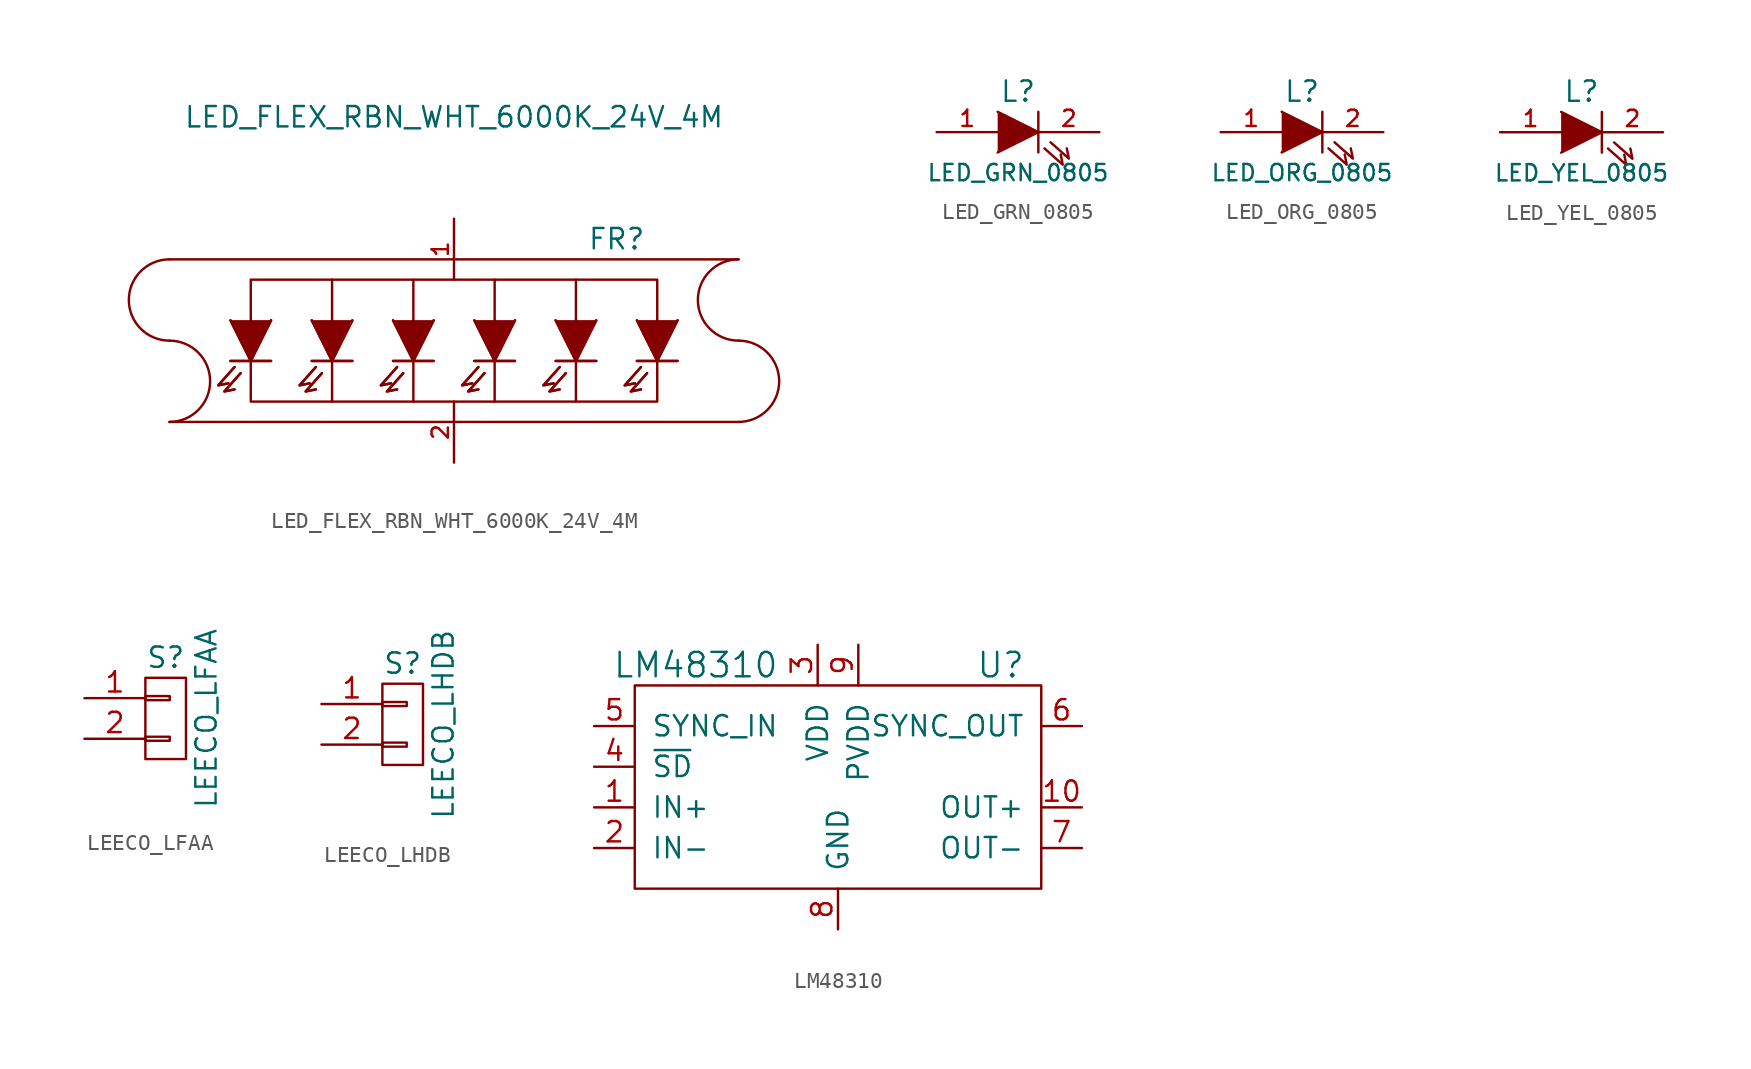
<source format=kicad_sym>
(kicad_symbol_lib
  (version 20211014)
  (generator kicad_symbol_editor)
  (symbol "LED_FLEX_RBN_WHT_6000K_24V_4M"
    (pin_names
      (offset 1.016) hide)
    (property "Reference" "FR"
      (at 10.16 6.35 0)
      (effects (font (size 1.27 1.27))))
    (property "Value" "LED_FLEX_RBN_WHT_6000K_24V_4M"
      (at 0 13.97 0)
      (effects (font (size 1.27 1.27))))
    (symbol "LED_FLEX_RBN_WHT_6000K_24V_4M_0_1"
      (arc (start -17.78 -5.08) (mid -15.24 -2.54) (end -17.78 0) (stroke (width 0) (type default) (color 0 0 0 0)) (fill (type none)))
      (arc (start -17.78 5.08) (mid -20.32 2.54) (end -17.78 0) (stroke (width 0) (type default) (color 0 0 0 0)) (fill (type none)))
      (polyline (pts (xy -17.78 -5.08) (xy 17.78 -5.08)) (stroke (width 0) (type default) (color 0 0 0 0)) (fill (type none)))
      (polyline (pts (xy -17.78 5.08) (xy 17.78 5.08)) (stroke (width 0) (type default) (color 0 0 0 0)) (fill (type none)))
      (polyline (pts (xy -11.43 -1.27) (xy -13.97 -1.27)) (stroke (width 0) (type default) (color 0 0 0 0)) (fill (type none)))
      (polyline (pts (xy -11.43 -1.27) (xy -13.97 -1.27)) (stroke (width 0) (type default) (color 0 0 0 0)) (fill (type none)))
      (polyline (pts (xy -7.62 -1.27) (xy -7.62 -3.81)) (stroke (width 0) (type default) (color 0 0 0 0)) (fill (type none)))
      (polyline (pts (xy -7.62 1.27) (xy -7.62 3.81)) (stroke (width 0) (type default) (color 0 0 0 0)) (fill (type none)))
      (polyline (pts (xy -6.35 -1.27) (xy -8.89 -1.27)) (stroke (width 0) (type default) (color 0 0 0 0)) (fill (type none)))
      (polyline (pts (xy -6.35 -1.27) (xy -8.89 -1.27)) (stroke (width 0) (type default) (color 0 0 0 0)) (fill (type none)))
      (polyline (pts (xy -2.54 -1.27) (xy -2.54 -3.81)) (stroke (width 0) (type default) (color 0 0 0 0)) (fill (type none)))
      (polyline (pts (xy -2.54 1.27) (xy -2.54 3.81)) (stroke (width 0) (type default) (color 0 0 0 0)) (fill (type none)))
      (polyline (pts (xy -1.27 -1.27) (xy -3.81 -1.27)) (stroke (width 0) (type default) (color 0 0 0 0)) (fill (type none)))
      (polyline (pts (xy -1.27 -1.27) (xy -3.81 -1.27)) (stroke (width 0) (type default) (color 0 0 0 0)) (fill (type none)))
      (polyline (pts (xy 2.54 -1.27) (xy 2.54 -3.81)) (stroke (width 0) (type default) (color 0 0 0 0)) (fill (type none)))
      (polyline (pts (xy 2.54 1.27) (xy 2.54 3.81)) (stroke (width 0) (type default) (color 0 0 0 0)) (fill (type none)))
      (polyline (pts (xy 3.81 -1.27) (xy 1.27 -1.27)) (stroke (width 0) (type default) (color 0 0 0 0)) (fill (type none)))
      (polyline (pts (xy 3.81 -1.27) (xy 1.27 -1.27)) (stroke (width 0) (type default) (color 0 0 0 0)) (fill (type none)))
      (polyline (pts (xy 7.62 -1.27) (xy 7.62 -3.81)) (stroke (width 0) (type default) (color 0 0 0 0)) (fill (type none)))
      (polyline (pts (xy 7.62 1.27) (xy 7.62 3.81)) (stroke (width 0) (type default) (color 0 0 0 0)) (fill (type none)))
      (polyline (pts (xy 8.89 -1.27) (xy 6.35 -1.27)) (stroke (width 0) (type default) (color 0 0 0 0)) (fill (type none)))
      (polyline (pts (xy 8.89 -1.27) (xy 6.35 -1.27)) (stroke (width 0) (type default) (color 0 0 0 0)) (fill (type none)))
      (polyline (pts (xy 13.97 -1.27) (xy 11.43 -1.27)) (stroke (width 0) (type default) (color 0 0 0 0)) (fill (type none)))
      (polyline (pts (xy 13.97 -1.27) (xy 11.43 -1.27)) (stroke (width 0) (type default) (color 0 0 0 0)) (fill (type none)))
      (polyline (pts (xy -13.716 -1.651) (xy -14.732 -2.794) (xy -14.097 -2.667)) (stroke (width 0) (type default) (color 0 0 0 0)) (fill (type none)))
      (polyline (pts (xy -13.716 -1.651) (xy -14.732 -2.794) (xy -14.097 -2.667)) (stroke (width 0) (type default) (color 0 0 0 0)) (fill (type none)))
      (polyline (pts (xy -13.335 -2.032) (xy -14.351 -3.175) (xy -13.716 -3.048)) (stroke (width 0) (type default) (color 0 0 0 0)) (fill (type none)))
      (polyline (pts (xy -13.335 -2.032) (xy -14.351 -3.175) (xy -13.716 -3.048)) (stroke (width 0) (type default) (color 0 0 0 0)) (fill (type none)))
      (polyline (pts (xy -11.43 1.27) (xy -12.7 -1.27) (xy -13.97 1.27)) (stroke (width 0) (type default) (color 0 0 0 0)) (fill (type outline)))
      (polyline (pts (xy -11.43 1.27) (xy -12.7 -1.27) (xy -13.97 1.27)) (stroke (width 0) (type default) (color 0 0 0 0)) (fill (type outline)))
      (polyline (pts (xy -8.636 -1.651) (xy -9.652 -2.794) (xy -9.017 -2.667)) (stroke (width 0) (type default) (color 0 0 0 0)) (fill (type none)))
      (polyline (pts (xy -8.636 -1.651) (xy -9.652 -2.794) (xy -9.017 -2.667)) (stroke (width 0) (type default) (color 0 0 0 0)) (fill (type none)))
      (polyline (pts (xy -8.255 -2.032) (xy -9.271 -3.175) (xy -8.636 -3.048)) (stroke (width 0) (type default) (color 0 0 0 0)) (fill (type none)))
      (polyline (pts (xy -8.255 -2.032) (xy -9.271 -3.175) (xy -8.636 -3.048)) (stroke (width 0) (type default) (color 0 0 0 0)) (fill (type none)))
      (polyline (pts (xy -6.35 1.27) (xy -7.62 -1.27) (xy -8.89 1.27)) (stroke (width 0) (type default) (color 0 0 0 0)) (fill (type outline)))
      (polyline (pts (xy -6.35 1.27) (xy -7.62 -1.27) (xy -8.89 1.27)) (stroke (width 0) (type default) (color 0 0 0 0)) (fill (type outline)))
      (polyline (pts (xy -3.556 -1.651) (xy -4.572 -2.794) (xy -3.937 -2.667)) (stroke (width 0) (type default) (color 0 0 0 0)) (fill (type none)))
      (polyline (pts (xy -3.556 -1.651) (xy -4.572 -2.794) (xy -3.937 -2.667)) (stroke (width 0) (type default) (color 0 0 0 0)) (fill (type none)))
      (polyline (pts (xy -3.175 -2.032) (xy -4.191 -3.175) (xy -3.556 -3.048)) (stroke (width 0) (type default) (color 0 0 0 0)) (fill (type none)))
      (polyline (pts (xy -3.175 -2.032) (xy -4.191 -3.175) (xy -3.556 -3.048)) (stroke (width 0) (type default) (color 0 0 0 0)) (fill (type none)))
      (polyline (pts (xy -1.27 1.27) (xy -2.54 -1.27) (xy -3.81 1.27)) (stroke (width 0) (type default) (color 0 0 0 0)) (fill (type outline)))
      (polyline (pts (xy -1.27 1.27) (xy -2.54 -1.27) (xy -3.81 1.27)) (stroke (width 0) (type default) (color 0 0 0 0)) (fill (type outline)))
      (polyline (pts (xy 1.524 -1.651) (xy 0.508 -2.794) (xy 1.143 -2.667)) (stroke (width 0) (type default) (color 0 0 0 0)) (fill (type none)))
      (polyline (pts (xy 1.524 -1.651) (xy 0.508 -2.794) (xy 1.143 -2.667)) (stroke (width 0) (type default) (color 0 0 0 0)) (fill (type none)))
      (polyline (pts (xy 1.905 -2.032) (xy 0.889 -3.175) (xy 1.524 -3.048)) (stroke (width 0) (type default) (color 0 0 0 0)) (fill (type none)))
      (polyline (pts (xy 1.905 -2.032) (xy 0.889 -3.175) (xy 1.524 -3.048)) (stroke (width 0) (type default) (color 0 0 0 0)) (fill (type none)))
      (polyline (pts (xy 3.81 1.27) (xy 2.54 -1.27) (xy 1.27 1.27)) (stroke (width 0) (type default) (color 0 0 0 0)) (fill (type outline)))
      (polyline (pts (xy 3.81 1.27) (xy 2.54 -1.27) (xy 1.27 1.27)) (stroke (width 0) (type default) (color 0 0 0 0)) (fill (type outline)))
      (polyline (pts (xy 6.604 -1.651) (xy 5.588 -2.794) (xy 6.223 -2.667)) (stroke (width 0) (type default) (color 0 0 0 0)) (fill (type none)))
      (polyline (pts (xy 6.604 -1.651) (xy 5.588 -2.794) (xy 6.223 -2.667)) (stroke (width 0) (type default) (color 0 0 0 0)) (fill (type none)))
      (polyline (pts (xy 6.985 -2.032) (xy 5.969 -3.175) (xy 6.604 -3.048)) (stroke (width 0) (type default) (color 0 0 0 0)) (fill (type none)))
      (polyline (pts (xy 6.985 -2.032) (xy 5.969 -3.175) (xy 6.604 -3.048)) (stroke (width 0) (type default) (color 0 0 0 0)) (fill (type none)))
      (polyline (pts (xy 8.89 1.27) (xy 7.62 -1.27) (xy 6.35 1.27)) (stroke (width 0) (type default) (color 0 0 0 0)) (fill (type outline)))
      (polyline (pts (xy 8.89 1.27) (xy 7.62 -1.27) (xy 6.35 1.27)) (stroke (width 0) (type default) (color 0 0 0 0)) (fill (type outline)))
      (polyline (pts (xy 11.684 -1.651) (xy 10.668 -2.794) (xy 11.303 -2.667)) (stroke (width 0) (type default) (color 0 0 0 0)) (fill (type none)))
      (polyline (pts (xy 11.684 -1.651) (xy 10.668 -2.794) (xy 11.303 -2.667)) (stroke (width 0) (type default) (color 0 0 0 0)) (fill (type none)))
      (polyline (pts (xy 12.065 -2.032) (xy 11.049 -3.175) (xy 11.684 -3.048)) (stroke (width 0) (type default) (color 0 0 0 0)) (fill (type none)))
      (polyline (pts (xy 12.065 -2.032) (xy 11.049 -3.175) (xy 11.684 -3.048)) (stroke (width 0) (type default) (color 0 0 0 0)) (fill (type none)))
      (polyline (pts (xy 13.97 1.27) (xy 12.7 -1.27) (xy 11.43 1.27)) (stroke (width 0) (type default) (color 0 0 0 0)) (fill (type outline)))
      (polyline (pts (xy 13.97 1.27) (xy 12.7 -1.27) (xy 11.43 1.27)) (stroke (width 0) (type default) (color 0 0 0 0)) (fill (type outline)))
      (polyline (pts (xy -12.7 -1.27) (xy -12.7 -3.81) (xy 12.7 -3.81) (xy 12.7 -1.27)) (stroke (width 0) (type default) (color 0 0 0 0)) (fill (type none)))
      (polyline (pts (xy -12.7 1.27) (xy -12.7 3.81) (xy 12.7 3.81) (xy 12.7 1.27)) (stroke (width 0) (type default) (color 0 0 0 0)) (fill (type none)))
      (arc (start 17.78 -5.08) (mid 20.32 -2.54) (end 17.78 0) (stroke (width 0) (type default) (color 0 0 0 0)) (fill (type none)))
      (arc (start 17.78 5.08) (mid 15.24 2.54) (end 17.78 0) (stroke (width 0) (type default) (color 0 0 0 0)) (fill (type none))))
    (symbol "LED_FLEX_RBN_WHT_6000K_24V_4M_1_1"
      (pin passive line (at 0 7.62 270) (length 3.81) (name "A" (effects (font (size 1.016 1.016)))) (number "1" (effects (font (size 1.016 1.016)))))
      (pin passive line (at 0 -7.62 90) (length 3.81) (name "K" (effects (font (size 1.016 1.016)))) (number "2" (effects (font (size 1.016 1.016)))))))
  (symbol "LED_GRN_0805"
    (pin_names
      (offset 1.016) hide)
    (property "Reference" "L"
      (at 0 2.54 0)
      (effects (font (size 1.27 1.27))))
    (property "Value" "LED_GRN_0805"
      (at 0 -2.54 0)
      (effects (font (size 1.016 1.016))))
    (property "Datasheet" ""
      (at 0 0 0)
      (effects (font (size 1.524 1.524))))
    (symbol "LED_GRN_0805_0_1"
      (polyline (pts (xy 1.27 1.27) (xy 1.27 -1.27)) (stroke (width 0) (type default) (color 0 0 0 0)) (fill (type none)))
      (polyline (pts (xy -1.27 1.27) (xy 1.27 0) (xy -1.27 -1.27)) (stroke (width 0) (type default) (color 0 0 0 0)) (fill (type outline)))
      (polyline (pts (xy 1.651 -1.016) (xy 2.794 -2.032) (xy 2.667 -1.397)) (stroke (width 0) (type default) (color 0 0 0 0)) (fill (type none)))
      (polyline (pts (xy 2.032 -0.635) (xy 3.175 -1.651) (xy 3.048 -1.016)) (stroke (width 0) (type default) (color 0 0 0 0)) (fill (type none))))
    (symbol "LED_GRN_0805_1_1"
      (pin passive line (at -5.08 0 0) (length 3.81) (name "A" (effects (font (size 1.016 1.016)))) (number "1" (effects (font (size 1.016 1.016)))))
      (pin passive line (at 5.08 0 180) (length 3.81) (name "K" (effects (font (size 1.016 1.016)))) (number "2" (effects (font (size 1.016 1.016)))))))
  (symbol "LED_ORG_0805"
    (pin_names
      (offset 1.016) hide)
    (property "Reference" "L"
      (at 0 2.54 0)
      (effects (font (size 1.27 1.27))))
    (property "Value" "LED_ORG_0805"
      (at 0 -2.54 0)
      (effects (font (size 1.016 1.016))))
    (property "Datasheet" ""
      (at 0 0 0)
      (effects (font (size 1.524 1.524))))
    (symbol "LED_ORG_0805_0_1"
      (polyline (pts (xy 1.27 1.27) (xy 1.27 -1.27)) (stroke (width 0) (type default) (color 0 0 0 0)) (fill (type none)))
      (polyline (pts (xy -1.27 1.27) (xy 1.27 0) (xy -1.27 -1.27)) (stroke (width 0) (type default) (color 0 0 0 0)) (fill (type outline)))
      (polyline (pts (xy 1.651 -1.016) (xy 2.794 -2.032) (xy 2.667 -1.397)) (stroke (width 0) (type default) (color 0 0 0 0)) (fill (type none)))
      (polyline (pts (xy 2.032 -0.635) (xy 3.175 -1.651) (xy 3.048 -1.016)) (stroke (width 0) (type default) (color 0 0 0 0)) (fill (type none))))
    (symbol "LED_ORG_0805_1_1"
      (pin passive line (at -5.08 0 0) (length 3.81) (name "A" (effects (font (size 1.016 1.016)))) (number "1" (effects (font (size 1.016 1.016)))))
      (pin passive line (at 5.08 0 180) (length 3.81) (name "K" (effects (font (size 1.016 1.016)))) (number "2" (effects (font (size 1.016 1.016)))))))
  (symbol "LED_YEL_0805"
    (pin_names
      (offset 1.016) hide)
    (property "Reference" "L"
      (at 0 2.54 0)
      (effects (font (size 1.27 1.27))))
    (property "Value" "LED_YEL_0805"
      (at 0 -2.54 0)
      (effects (font (size 1.016 1.016))))
    (property "Datasheet" ""
      (at 0 0 0)
      (effects (font (size 1.524 1.524))))
    (symbol "LED_YEL_0805_0_1"
      (polyline (pts (xy 1.27 1.27) (xy 1.27 -1.27)) (stroke (width 0) (type default) (color 0 0 0 0)) (fill (type none)))
      (polyline (pts (xy -1.27 1.27) (xy 1.27 0) (xy -1.27 -1.27)) (stroke (width 0) (type default) (color 0 0 0 0)) (fill (type outline)))
      (polyline (pts (xy 1.651 -1.016) (xy 2.794 -2.032) (xy 2.667 -1.397)) (stroke (width 0) (type default) (color 0 0 0 0)) (fill (type none)))
      (polyline (pts (xy 2.032 -0.635) (xy 3.175 -1.651) (xy 3.048 -1.016)) (stroke (width 0) (type default) (color 0 0 0 0)) (fill (type none))))
    (symbol "LED_YEL_0805_1_1"
      (pin passive line (at -5.08 0 0) (length 3.81) (name "A" (effects (font (size 1.016 1.016)))) (number "1" (effects (font (size 1.016 1.016)))))
      (pin passive line (at 5.08 0 180) (length 3.81) (name "K" (effects (font (size 1.016 1.016)))) (number "2" (effects (font (size 1.016 1.016)))))))
  (symbol "LEECO_LFAA"
    (pin_names
      (offset 1.016) hide)
    (property "Reference" "S"
      (at 0 3.81 0)
      (effects (font (size 1.27 1.27))))
    (property "Value" "LEECO_LFAA"
      (at 2.54 0 90)
      (effects (font (size 1.27 1.27))))
    (property "Datasheet" ""
      (at 0 3.81 0)
      (effects (font (size 1.524 1.524))))
    (symbol "LEECO_LFAA_0_1"
      (rectangle (start -1.27 -1.143) (end 0.254 -1.397) (stroke (width 0) (type default) (color 0 0 0 0)) (fill (type none)))
      (rectangle (start -1.27 1.397) (end 0.254 1.143) (stroke (width 0) (type default) (color 0 0 0 0)) (fill (type none)))
      (rectangle (start -1.27 2.54) (end 1.27 -2.54) (stroke (width 0) (type default) (color 0 0 0 0)) (fill (type none))))
    (symbol "LEECO_LFAA_1_1"
      (pin passive line (at -5.08 1.27 0) (length 3.81) (name "P1" (effects (font (size 1.27 1.27)))) (number "1" (effects (font (size 1.27 1.27)))))
      (pin passive line (at -5.08 -1.27 0) (length 3.81) (name "P2" (effects (font (size 1.27 1.27)))) (number "2" (effects (font (size 1.27 1.27)))))))
  (symbol "LEECO_LHDB"
    (pin_names
      (offset 1.016) hide)
    (property "Reference" "S"
      (at 0 3.81 0)
      (effects (font (size 1.27 1.27))))
    (property "Value" "LEECO_LHDB"
      (at 2.54 0 90)
      (effects (font (size 1.27 1.27))))
    (property "Datasheet" ""
      (at 0 0 0)
      (effects (font (size 1.524 1.524))))
    (symbol "LEECO_LHDB_0_1"
      (rectangle (start -1.27 -1.143) (end 0.254 -1.397) (stroke (width 0) (type default) (color 0 0 0 0)) (fill (type none)))
      (rectangle (start -1.27 1.397) (end 0.254 1.143) (stroke (width 0) (type default) (color 0 0 0 0)) (fill (type none)))
      (rectangle (start -1.27 2.54) (end 1.27 -2.54) (stroke (width 0) (type default) (color 0 0 0 0)) (fill (type none))))
    (symbol "LEECO_LHDB_1_1"
      (pin passive line (at -5.08 1.27 0) (length 3.81) (name "P1" (effects (font (size 1.27 1.27)))) (number "1" (effects (font (size 1.27 1.27)))))
      (pin passive line (at -5.08 -1.27 0) (length 3.81) (name "P2" (effects (font (size 1.27 1.27)))) (number "2" (effects (font (size 1.27 1.27)))))))
  (symbol "LM48310"
    (pin_names
      (offset 1.016))
    (property "Reference" "U"
      (at 10.16 7.62 0)
      (effects (font (size 1.524 1.524))))
    (property "Value" "LM48310"
      (at -8.89 7.62 0)
      (effects (font (size 1.524 1.524))))
    (symbol "LM48310_0_1"
      (rectangle (start -12.7 6.35) (end 12.7 -6.35) (stroke (width 0) (type default) (color 0 0 0 0)) (fill (type none))))
    (symbol "LM48310_1_1"
      (pin bidirectional line (at -15.24 -1.27 0) (length 2.54) (name "IN+" (effects (font (size 1.27 1.27)))) (number "1" (effects (font (size 1.27 1.27)))))
      (pin output line (at 15.24 -1.27 180) (length 2.54) (name "OUT+" (effects (font (size 1.27 1.27)))) (number "10" (effects (font (size 1.27 1.27)))))
      (pin bidirectional line (at -15.24 -3.81 0) (length 2.54) (name "IN-" (effects (font (size 1.27 1.27)))) (number "2" (effects (font (size 1.27 1.27)))))
      (pin power_in line (at -1.27 8.89 270) (length 2.54) (name "VDD" (effects (font (size 1.27 1.27)))) (number "3" (effects (font (size 1.27 1.27)))))
      (pin input line (at -15.24 1.27 0) (length 2.54) (name "~{SD}" (effects (font (size 1.27 1.27)))) (number "4" (effects (font (size 1.27 1.27)))))
      (pin input line (at -15.24 3.81 0) (length 2.54) (name "SYNC_IN" (effects (font (size 1.27 1.27)))) (number "5" (effects (font (size 1.27 1.27)))))
      (pin output line (at 15.24 3.81 180) (length 2.54) (name "SYNC_OUT" (effects (font (size 1.27 1.27)))) (number "6" (effects (font (size 1.27 1.27)))))
      (pin output line (at 15.24 -3.81 180) (length 2.54) (name "OUT-" (effects (font (size 1.27 1.27)))) (number "7" (effects (font (size 1.27 1.27)))))
      (pin power_in line (at 0 -8.89 90) (length 2.54) (name "GND" (effects (font (size 1.27 1.27)))) (number "8" (effects (font (size 1.27 1.27)))))
      (pin power_in line (at 1.27 8.89 270) (length 2.54) (name "PVDD" (effects (font (size 1.27 1.27)))) (number "9" (effects (font (size 1.27 1.27))))))))
</source>
